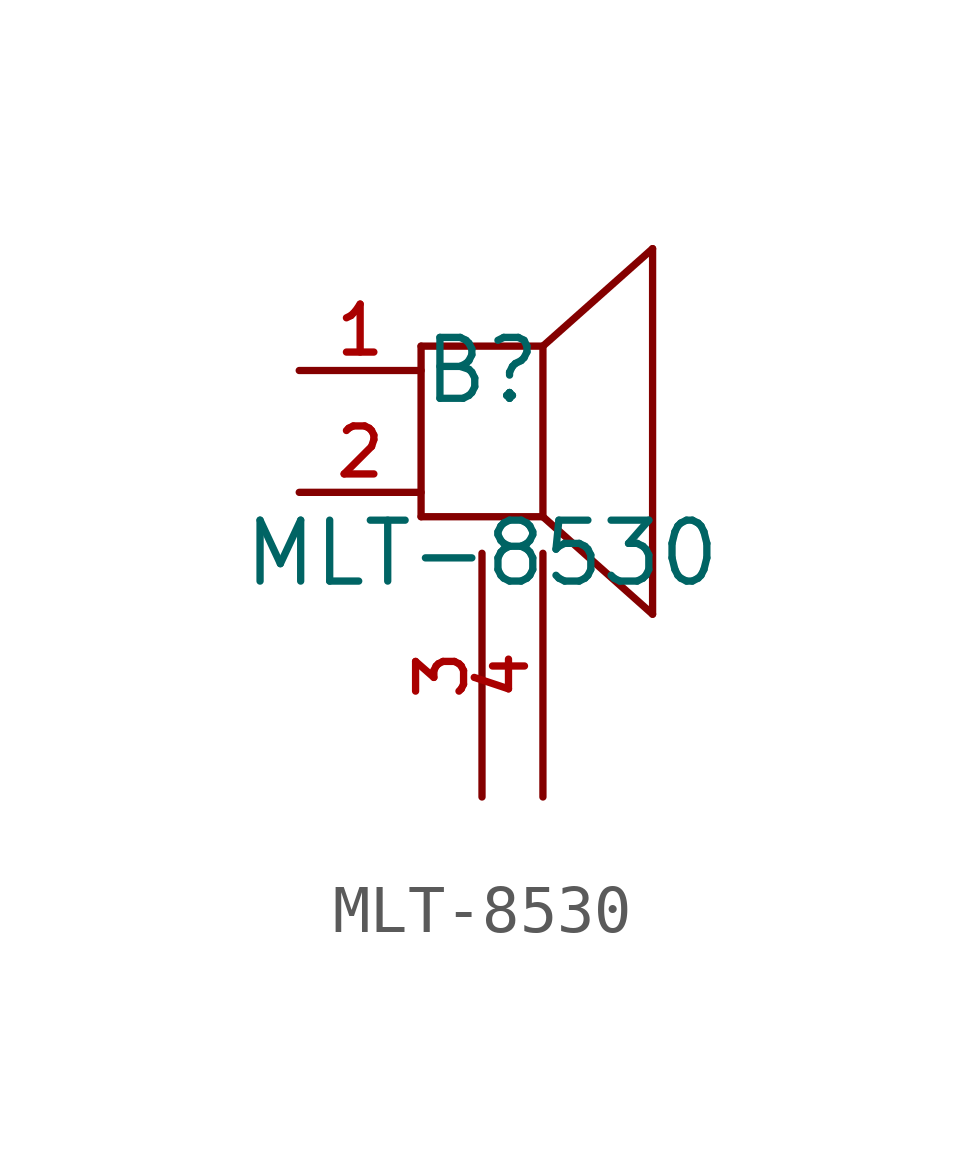
<source format=kicad_sym>
(kicad_symbol_lib
  (version 20210201)
  (generator TousstNicolas/JLC2KiCad_lib)
  (symbol "MLT-8530"
    (pin_names hide)
    (property "Reference" "B"
      (at 0 1.27 0)
      (effects (font (size 1.27 1.27))))
    (property "Value" "MLT-8530"
      (at 0 -2.54 0)
      (effects (font (size 1.27 1.27))))
    (symbol "MLT-8530_0_1"
      (pin unspecified line (at -3.81 1.27 0) (length 2.54) (name "+" (effects (font (size 1 1)))) (number "1" (effects (font (size 1 1)))))
      (pin unspecified line (at -3.81 -1.27 0) (length 2.54) (name "2" (effects (font (size 1 1)))) (number "2" (effects (font (size 1 1)))))
      (polyline (pts (xy 3.556 3.81) (xy 1.27 1.778)) (stroke (width 0) (type default) (color 0 0 0 0)) (fill (type none)))
      (polyline (pts (xy 1.27 -1.778) (xy 3.556 -3.81)) (stroke (width 0) (type default) (color 0 0 0 0)) (fill (type none)))
      (polyline (pts (xy 3.556 3.81) (xy 3.556 -3.81)) (stroke (width 0) (type default) (color 0 0 0 0)) (fill (type none)))
      (polyline (pts (xy 1.27 1.778) (xy 1.27 -1.778)) (stroke (width 0) (type default) (color 0 0 0 0)) (fill (type none)))
      (polyline (pts (xy -1.27 1.778) (xy -1.27 -1.778)) (stroke (width 0) (type default) (color 0 0 0 0)) (fill (type none)))
      (polyline (pts (xy -1.27 -1.778) (xy 1.27 -1.778)) (stroke (width 0) (type default) (color 0 0 0 0)) (fill (type none)))
      (polyline (pts (xy -1.27 1.778) (xy 1.27 1.778)) (stroke (width 0) (type default) (color 0 0 0 0)) (fill (type none)))
      (pin unspecified line (at 0.0 -7.62 90) (length 5.08) (name "3" (effects (font (size 1 1)))) (number "3" (effects (font (size 1 1)))))
      (pin unspecified line (at 1.27 -7.62 90) (length 5.08) (name "4" (effects (font (size 1 1)))) (number "4" (effects (font (size 1 1))))))))
</source>
